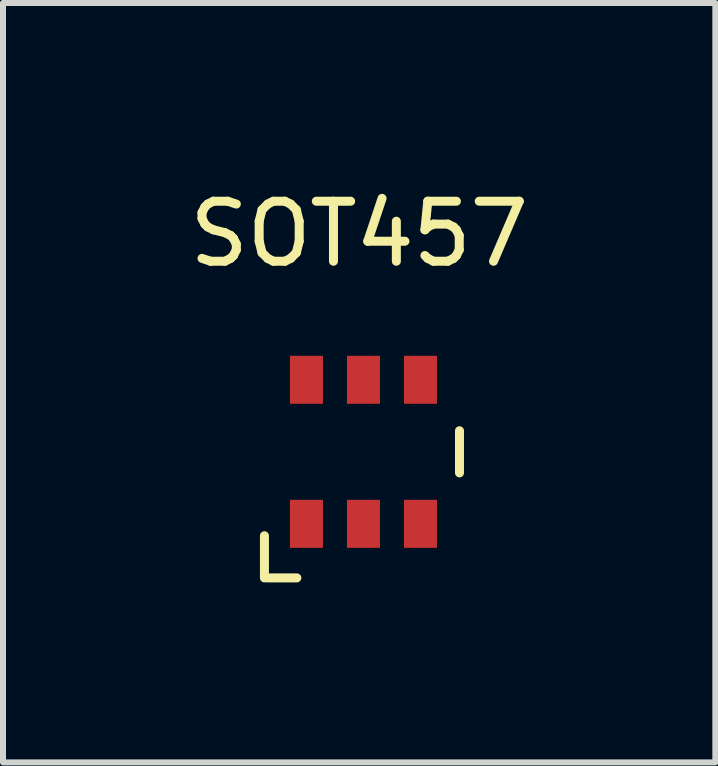
<source format=kicad_pcb>
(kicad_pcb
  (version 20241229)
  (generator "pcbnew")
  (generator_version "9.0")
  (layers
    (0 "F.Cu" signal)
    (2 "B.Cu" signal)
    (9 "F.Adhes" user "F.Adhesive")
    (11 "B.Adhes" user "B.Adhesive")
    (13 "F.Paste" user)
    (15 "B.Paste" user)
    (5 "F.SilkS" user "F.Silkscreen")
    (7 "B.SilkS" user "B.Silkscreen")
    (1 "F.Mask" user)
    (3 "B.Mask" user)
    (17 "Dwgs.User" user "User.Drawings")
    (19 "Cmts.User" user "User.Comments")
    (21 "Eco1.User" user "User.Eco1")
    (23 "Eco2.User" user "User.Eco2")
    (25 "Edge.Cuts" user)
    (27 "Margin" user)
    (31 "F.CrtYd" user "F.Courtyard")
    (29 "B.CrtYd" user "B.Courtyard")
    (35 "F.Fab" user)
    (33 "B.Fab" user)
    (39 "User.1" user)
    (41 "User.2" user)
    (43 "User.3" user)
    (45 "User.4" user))
  (footprint "SOT457"
    (layer "F.Cu")
    (at 3.006 4.478)
    (property "Reference" "SOT457" (at -0.071 -3.63 0) (layer "F.SilkS") (effects (font (size 1 1) (thickness 0.15))))
    (attr smd)
    (fp_line (start -1.65 1.399) (end -1.65 2.101) (stroke (width 0.15) (type solid)) (layer "F.SilkS"))
    (fp_line (start -1.6 2.101) (end -1.11 2.101) (stroke (width 0.15) (type solid)) (layer "F.SilkS"))
    (fp_line (start 1.6 -0.351) (end 1.6 0.351) (stroke (width 0.15) (type solid)) (layer "F.SilkS"))
    (pad "1" smd rect (at -0.95 1.2) (size 0.55 0.8) (layers "F.Cu" "F.Mask" "F.Paste"))
    (pad "2" smd rect (at 0 1.2) (size 0.55 0.8) (layers "F.Cu" "F.Mask" "F.Paste"))
    (pad "3" smd rect (at 0.95 1.2) (size 0.55 0.8) (layers "F.Cu" "F.Mask" "F.Paste"))
    (pad "4" smd rect (at 0.95 -1.2) (size 0.55 0.8) (layers "F.Cu" "F.Mask" "F.Paste"))
    (pad "5" smd rect (at 0 -1.2) (size 0.55 0.8) (layers "F.Cu" "F.Mask" "F.Paste"))
    (pad "6" smd rect (at -0.95 -1.2) (size 0.55 0.8) (layers "F.Cu" "F.Mask" "F.Paste")))
  (gr_rect
    (start -3 -3)
    (end 8.869 9.653)
    (stroke (width 0.1) (type default))
    (fill no)
    (layer "Edge.Cuts")))
</source>
